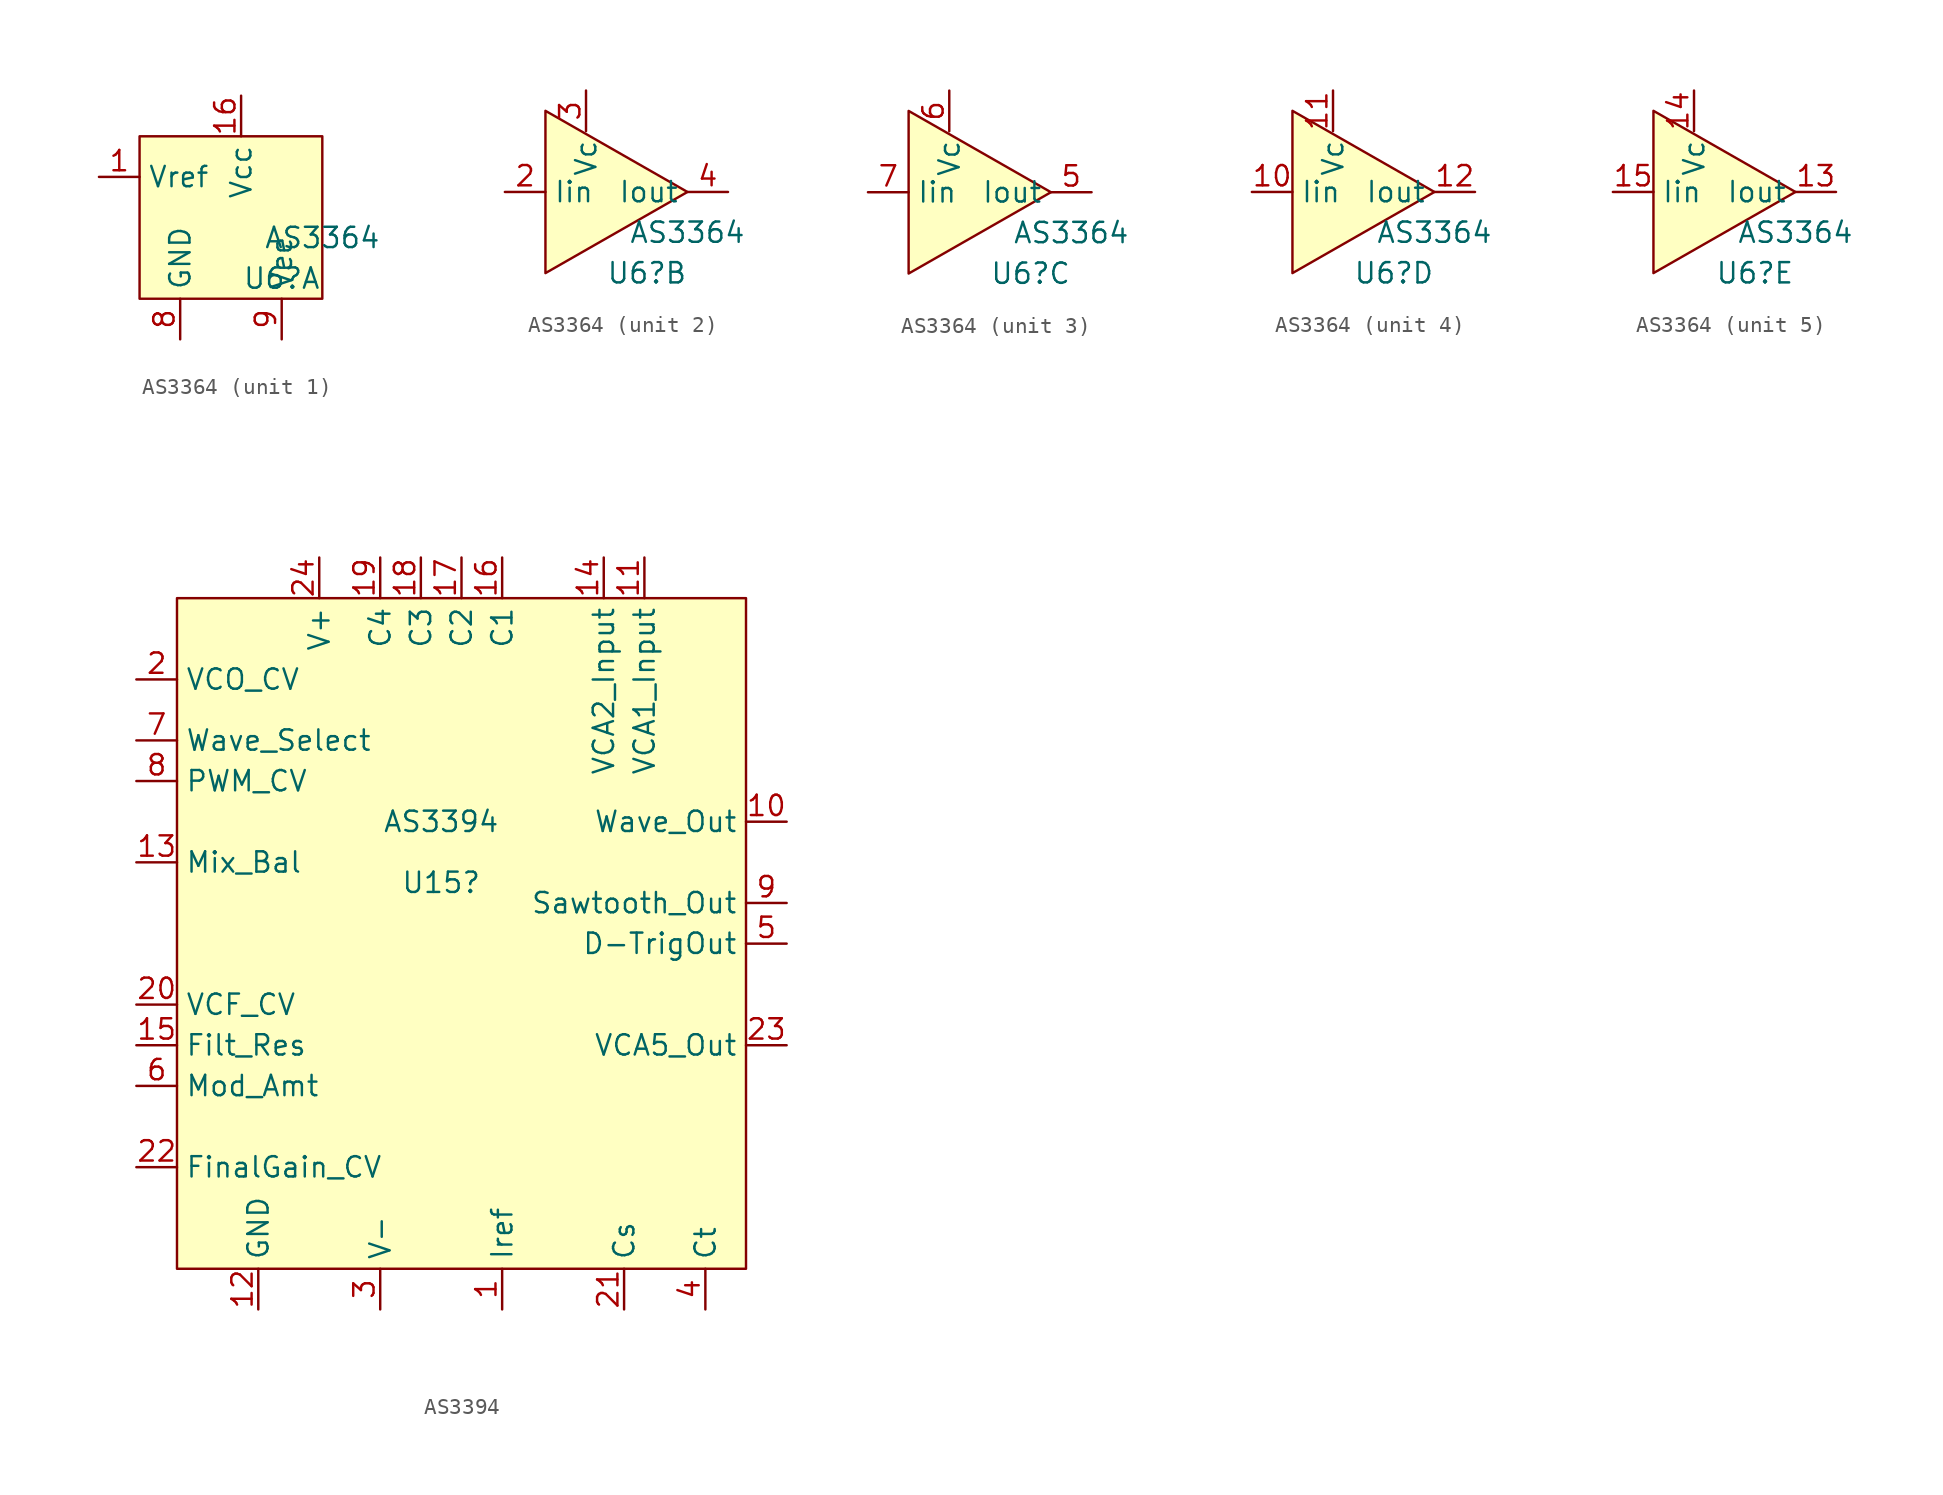
<source format=kicad_sym>
(kicad_symbol_lib
  (version 20220914)
  (generator kicad_symbol_editor)
  (symbol "AS3364"
    (property "Reference" "U6"
      (at 3.81 -5.08 0)
      (effects (font (size 1.27 1.27))))
    (property "Value" "AS3364"
      (at 6.35 -2.54 0)
      (effects (font (size 1.27 1.27))))
    (property "ki_locked" ""
      (at 0 0 0)
      (effects (font (size 1.27 1.27))))
    (symbol "AS3364_1_1"
      (rectangle (start -5.08 3.81) (end 6.35 -6.35) (stroke (width 0.152) (type default)) (fill (type background)))
      (pin input line (at -7.62 1.27 0) (length 2.54) (name "Vref" (effects (font (size 1.27 1.27)))) (number "1" (effects (font (size 1.27 1.27)))))
      (pin power_in line (at 1.27 6.35 270) (length 2.54) (name "Vcc" (effects (font (size 1.27 1.27)))) (number "16" (effects (font (size 1.27 1.27)))))
      (pin power_in line (at -2.54 -8.89 90) (length 2.54) (name "GND" (effects (font (size 1.27 1.27)))) (number "8" (effects (font (size 1.27 1.27)))))
      (pin power_in line (at 3.81 -8.89 90) (length 2.54) (name "Vee" (effects (font (size 1.27 1.27)))) (number "9" (effects (font (size 1.27 1.27))))))
    (symbol "AS3364_2_1"
      (polyline (pts (xy -2.54 0) (xy -2.54 -5.08) (xy 6.35 0) (xy -2.54 5.08) (xy -2.54 0)) (stroke (width 0.152) (type default)) (fill (type background)))
      (pin input line (at -5.08 0 0) (length 2.54) (name "Iin" (effects (font (size 1.27 1.27)))) (number "2" (effects (font (size 1.27 1.27)))))
      (pin input line (at 0 6.35 270) (length 2.54) (name "Vc" (effects (font (size 1.27 1.27)))) (number "3" (effects (font (size 1.27 1.27)))))
      (pin output line (at 8.89 0 180) (length 2.54) (name "Iout" (effects (font (size 1.27 1.27)))) (number "4" (effects (font (size 1.27 1.27))))))
    (symbol "AS3364_3_1"
      (polyline (pts (xy -3.81 0) (xy -3.81 -5.08) (xy 5.08 0) (xy -3.81 5.08) (xy -3.81 0)) (stroke (width 0.152) (type default)) (fill (type background)))
      (pin output line (at 7.62 0 180) (length 2.54) (name "Iout" (effects (font (size 1.27 1.27)))) (number "5" (effects (font (size 1.27 1.27)))))
      (pin input line (at -1.27 6.35 270) (length 2.54) (name "Vc" (effects (font (size 1.27 1.27)))) (number "6" (effects (font (size 1.27 1.27)))))
      (pin input line (at -6.35 0 0) (length 2.54) (name "Iin" (effects (font (size 1.27 1.27)))) (number "7" (effects (font (size 1.27 1.27))))))
    (symbol "AS3364_4_1"
      (polyline (pts (xy -2.54 0) (xy -2.54 -5.08) (xy 6.35 0) (xy -2.54 5.08) (xy -2.54 0)) (stroke (width 0.152) (type default)) (fill (type background)))
      (pin input line (at -5.08 0 0) (length 2.54) (name "Iin" (effects (font (size 1.27 1.27)))) (number "10" (effects (font (size 1.27 1.27)))))
      (pin input line (at 0 6.35 270) (length 2.54) (name "Vc" (effects (font (size 1.27 1.27)))) (number "11" (effects (font (size 1.27 1.27)))))
      (pin output line (at 8.89 0 180) (length 2.54) (name "Iout" (effects (font (size 1.27 1.27)))) (number "12" (effects (font (size 1.27 1.27))))))
    (symbol "AS3364_5_1"
      (polyline (pts (xy -2.54 0) (xy -2.54 -5.08) (xy 6.35 0) (xy -2.54 5.08) (xy -2.54 0)) (stroke (width 0.152) (type default)) (fill (type background)))
      (pin output line (at 8.89 0 180) (length 2.54) (name "Iout" (effects (font (size 1.27 1.27)))) (number "13" (effects (font (size 1.27 1.27)))))
      (pin input line (at 0 6.35 270) (length 2.54) (name "Vc" (effects (font (size 1.27 1.27)))) (number "14" (effects (font (size 1.27 1.27)))))
      (pin input line (at -5.08 0 0) (length 2.54) (name "Iin" (effects (font (size 1.27 1.27)))) (number "15" (effects (font (size 1.27 1.27)))))))
  (symbol "AS3394"
    (property "Reference" "U15"
      (at 0 0 0)
      (effects (font (size 1.27 1.27))))
    (property "Value" "AS3394"
      (at 0 3.81 0)
      (effects (font (size 1.27 1.27))))
    (symbol "AS3394_0_1"
      (rectangle (start -16.51 -24.13) (end 19.05 17.78) (stroke (width 0.152) (type default)) (fill (type background))))
    (symbol "AS3394_1_1"
      (pin input line (at 3.81 -26.67 90) (length 2.54) (name "Iref" (effects (font (size 1.27 1.27)))) (number "1" (effects (font (size 1.27 1.27)))))
      (pin output line (at 21.59 3.81 180) (length 2.54) (name "Wave_Out" (effects (font (size 1.27 1.27)))) (number "10" (effects (font (size 1.27 1.27)))))
      (pin input line (at 12.7 20.32 270) (length 2.54) (name "VCA1_Input" (effects (font (size 1.27 1.27)))) (number "11" (effects (font (size 1.27 1.27)))))
      (pin power_in line (at -11.43 -26.67 90) (length 2.54) (name "GND" (effects (font (size 1.27 1.27)))) (number "12" (effects (font (size 1.27 1.27)))))
      (pin input line (at -19.05 1.27 0) (length 2.54) (name "Mix_Bal" (effects (font (size 1.27 1.27)))) (number "13" (effects (font (size 1.27 1.27)))))
      (pin input line (at 10.16 20.32 270) (length 2.54) (name "VCA2_Input" (effects (font (size 1.27 1.27)))) (number "14" (effects (font (size 1.27 1.27)))))
      (pin input line (at -19.05 -10.16 0) (length 2.54) (name "Filt_Res" (effects (font (size 1.27 1.27)))) (number "15" (effects (font (size 1.27 1.27)))))
      (pin input line (at 3.81 20.32 270) (length 2.54) (name "C1" (effects (font (size 1.27 1.27)))) (number "16" (effects (font (size 1.27 1.27)))))
      (pin input line (at 1.27 20.32 270) (length 2.54) (name "C2" (effects (font (size 1.27 1.27)))) (number "17" (effects (font (size 1.27 1.27)))))
      (pin input line (at -1.27 20.32 270) (length 2.54) (name "C3" (effects (font (size 1.27 1.27)))) (number "18" (effects (font (size 1.27 1.27)))))
      (pin input line (at -3.81 20.32 270) (length 2.54) (name "C4" (effects (font (size 1.27 1.27)))) (number "19" (effects (font (size 1.27 1.27)))))
      (pin input line (at -19.05 12.7 0) (length 2.54) (name "VCO_CV" (effects (font (size 1.27 1.27)))) (number "2" (effects (font (size 1.27 1.27)))))
      (pin input line (at -19.05 -7.62 0) (length 2.54) (name "VCF_CV" (effects (font (size 1.27 1.27)))) (number "20" (effects (font (size 1.27 1.27)))))
      (pin input line (at 11.43 -26.67 90) (length 2.54) (name "Cs" (effects (font (size 1.27 1.27)))) (number "21" (effects (font (size 1.27 1.27)))))
      (pin input line (at -19.05 -17.78 0) (length 2.54) (name "FinalGain_CV" (effects (font (size 1.27 1.27)))) (number "22" (effects (font (size 1.27 1.27)))))
      (pin output line (at 21.59 -10.16 180) (length 2.54) (name "VCA5_Out" (effects (font (size 1.27 1.27)))) (number "23" (effects (font (size 1.27 1.27)))))
      (pin power_in line (at -7.62 20.32 270) (length 2.54) (name "V+" (effects (font (size 1.27 1.27)))) (number "24" (effects (font (size 1.27 1.27)))))
      (pin power_in line (at -3.81 -26.67 90) (length 2.54) (name "V-" (effects (font (size 1.27 1.27)))) (number "3" (effects (font (size 1.27 1.27)))))
      (pin input line (at 16.51 -26.67 90) (length 2.54) (name "Ct" (effects (font (size 1.27 1.27)))) (number "4" (effects (font (size 1.27 1.27)))))
      (pin output line (at 21.59 -3.81 180) (length 2.54) (name "D-TrigOut" (effects (font (size 1.27 1.27)))) (number "5" (effects (font (size 1.27 1.27)))))
      (pin input line (at -19.05 -12.7 0) (length 2.54) (name "Mod_Amt" (effects (font (size 1.27 1.27)))) (number "6" (effects (font (size 1.27 1.27)))))
      (pin input line (at -19.05 8.89 0) (length 2.54) (name "Wave_Select" (effects (font (size 1.27 1.27)))) (number "7" (effects (font (size 1.27 1.27)))))
      (pin input line (at -19.05 6.35 0) (length 2.54) (name "PWM_CV" (effects (font (size 1.27 1.27)))) (number "8" (effects (font (size 1.27 1.27)))))
      (pin output line (at 21.59 -1.27 180) (length 2.54) (name "Sawtooth_Out" (effects (font (size 1.27 1.27)))) (number "9" (effects (font (size 1.27 1.27))))))))
</source>
